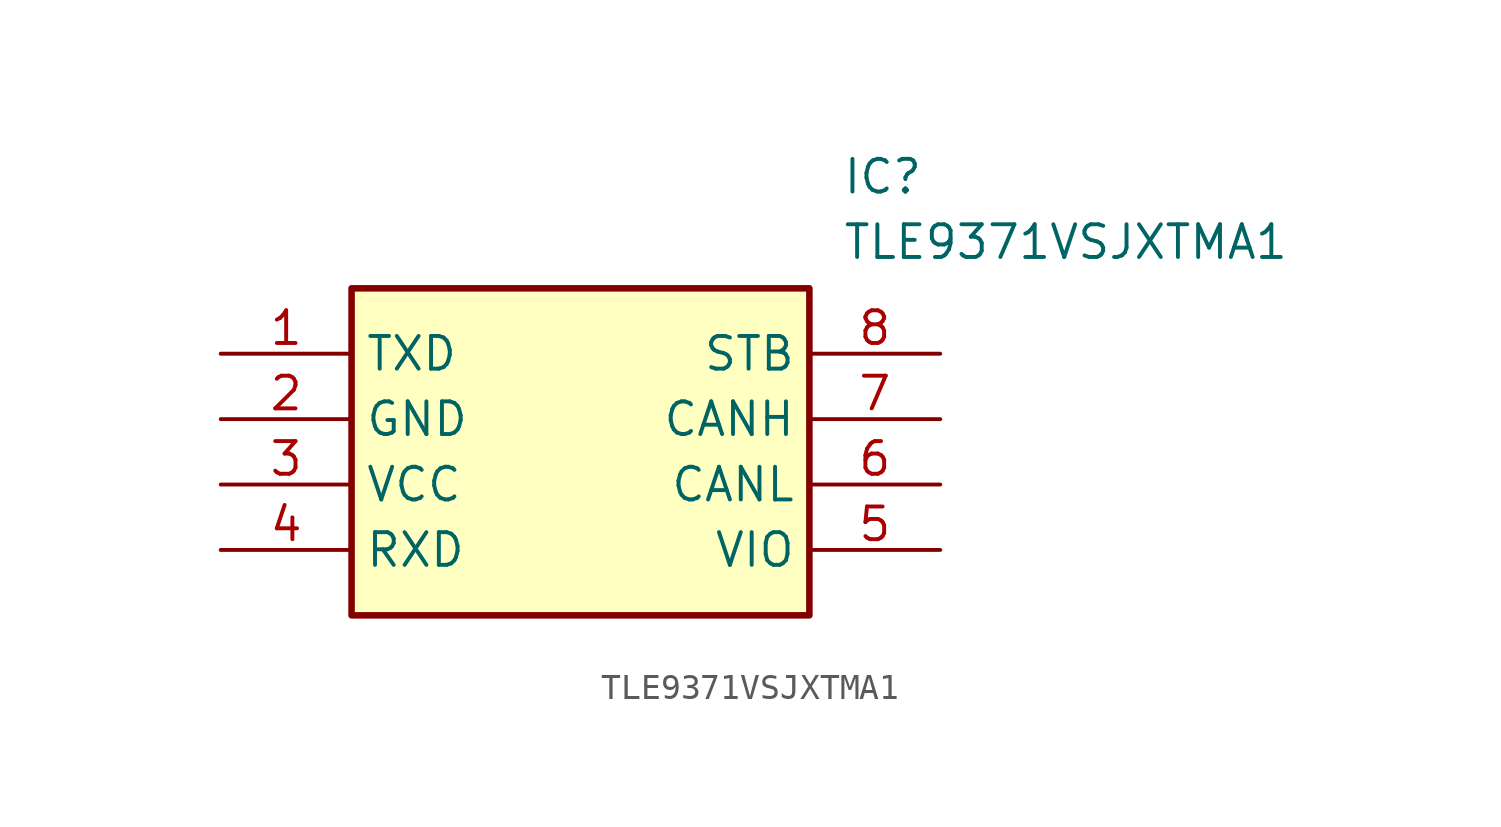
<source format=kicad_sym>
(kicad_symbol_lib
  (version 20241209)
  (generator "kicad_symbol_editor")
  (generator_version "9.0")
  (symbol "TLE9371VSJXTMA1"
    (property "Reference" "IC"
      (at 24.13 7.62 0)
      (effects (font (size 1.27 1.27)) (justify left top)))
    (property "Value" "TLE9371VSJXTMA1"
      (at 24.13 5.08 0)
      (effects (font (size 1.27 1.27)) (justify left top)))
    (symbol "TLE9371VSJXTMA1_1_1"
      (rectangle (start 5.08 2.54) (end 22.86 -10.16) (stroke (width 0.254) (type default)) (fill (type background)))
      (pin passive line (at 0 0 0) (length 5.08) (name "TXD" (effects (font (size 1.27 1.27)))) (number "1" (effects (font (size 1.27 1.27)))))
      (pin passive line (at 0 -2.54 0) (length 5.08) (name "GND" (effects (font (size 1.27 1.27)))) (number "2" (effects (font (size 1.27 1.27)))))
      (pin passive line (at 0 -5.08 0) (length 5.08) (name "VCC" (effects (font (size 1.27 1.27)))) (number "3" (effects (font (size 1.27 1.27)))))
      (pin passive line (at 0 -7.62 0) (length 5.08) (name "RXD" (effects (font (size 1.27 1.27)))) (number "4" (effects (font (size 1.27 1.27)))))
      (pin passive line (at 27.94 0 180) (length 5.08) (name "STB" (effects (font (size 1.27 1.27)))) (number "8" (effects (font (size 1.27 1.27)))))
      (pin passive line (at 27.94 -2.54 180) (length 5.08) (name "CANH" (effects (font (size 1.27 1.27)))) (number "7" (effects (font (size 1.27 1.27)))))
      (pin passive line (at 27.94 -5.08 180) (length 5.08) (name "CANL" (effects (font (size 1.27 1.27)))) (number "6" (effects (font (size 1.27 1.27)))))
      (pin passive line (at 27.94 -7.62 180) (length 5.08) (name "VIO" (effects (font (size 1.27 1.27)))) (number "5" (effects (font (size 1.27 1.27))))))))
</source>
